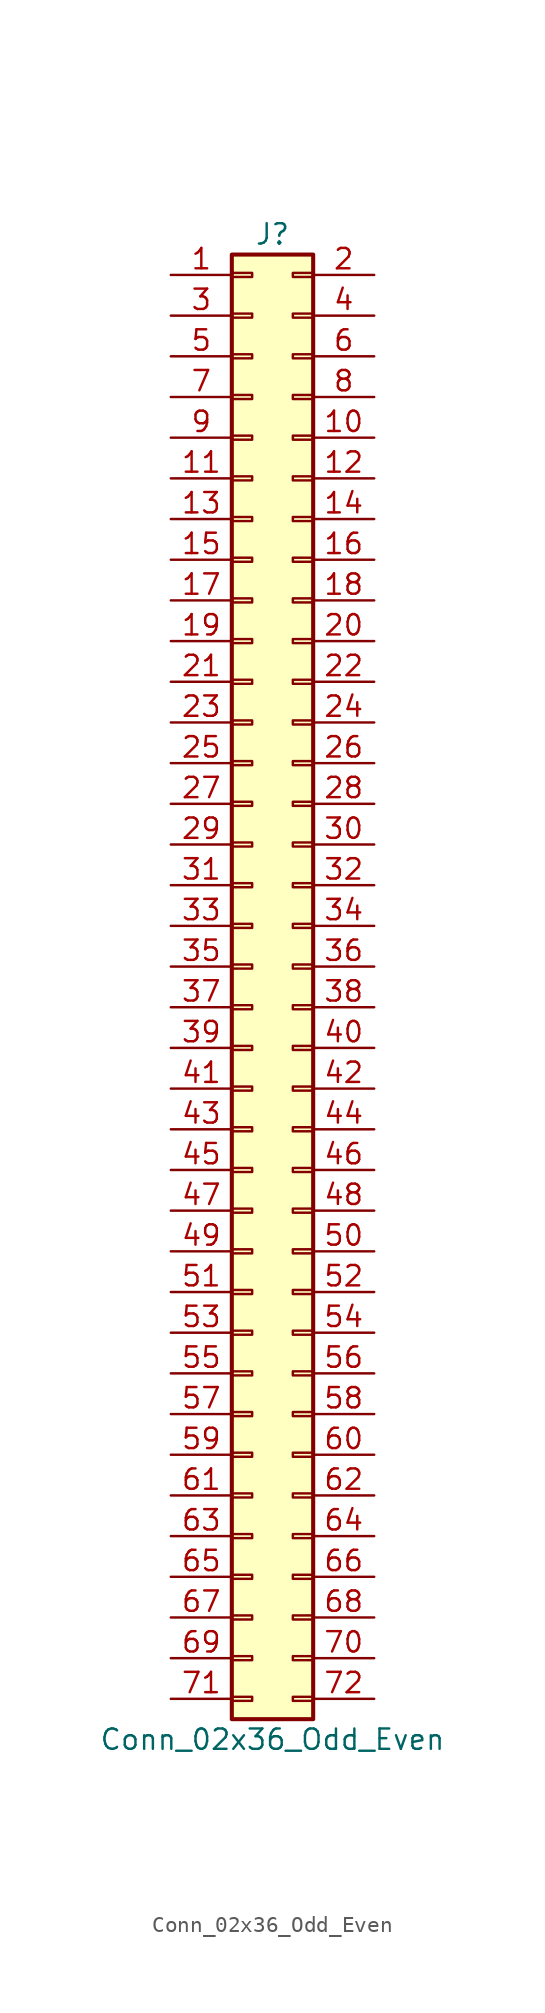
<source format=kicad_sym>
(kicad_symbol_lib
  (version 20201005)
  (generator kicad_symbol_editor)
  (symbol "Conn_02x36_Odd_Even"
    (pin_names
      (offset 1.016) hide)
    (property "Reference" "J"
      (at 1.27 45.72 0)
      (effects (font (size 1.27 1.27))))
    (property "Value" "Conn_02x36_Odd_Even"
      (at 1.27 -48.26 0)
      (effects (font (size 1.27 1.27))))
    (symbol "Conn_02x36_Odd_Even_1_1"
      (rectangle (start -1.27 -45.593) (end 0 -45.847) (stroke (width 0.152)) (fill (type none)))
      (rectangle (start -1.27 -43.053) (end 0 -43.307) (stroke (width 0.152)) (fill (type none)))
      (rectangle (start -1.27 -40.513) (end 0 -40.767) (stroke (width 0.152)) (fill (type none)))
      (rectangle (start -1.27 -37.973) (end 0 -38.227) (stroke (width 0.152)) (fill (type none)))
      (rectangle (start -1.27 -35.433) (end 0 -35.687) (stroke (width 0.152)) (fill (type none)))
      (rectangle (start -1.27 -32.893) (end 0 -33.147) (stroke (width 0.152)) (fill (type none)))
      (rectangle (start -1.27 -30.353) (end 0 -30.607) (stroke (width 0.152)) (fill (type none)))
      (rectangle (start -1.27 -27.813) (end 0 -28.067) (stroke (width 0.152)) (fill (type none)))
      (rectangle (start -1.27 -25.273) (end 0 -25.527) (stroke (width 0.152)) (fill (type none)))
      (rectangle (start -1.27 -22.733) (end 0 -22.987) (stroke (width 0.152)) (fill (type none)))
      (rectangle (start -1.27 -20.193) (end 0 -20.447) (stroke (width 0.152)) (fill (type none)))
      (rectangle (start -1.27 -17.653) (end 0 -17.907) (stroke (width 0.152)) (fill (type none)))
      (rectangle (start -1.27 -15.113) (end 0 -15.367) (stroke (width 0.152)) (fill (type none)))
      (rectangle (start -1.27 -12.573) (end 0 -12.827) (stroke (width 0.152)) (fill (type none)))
      (rectangle (start -1.27 -10.033) (end 0 -10.287) (stroke (width 0.152)) (fill (type none)))
      (rectangle (start -1.27 -7.493) (end 0 -7.747) (stroke (width 0.152)) (fill (type none)))
      (rectangle (start -1.27 -4.953) (end 0 -5.207) (stroke (width 0.152)) (fill (type none)))
      (rectangle (start -1.27 -2.413) (end 0 -2.667) (stroke (width 0.152)) (fill (type none)))
      (rectangle (start -1.27 0.127) (end 0 -0.127) (stroke (width 0.152)) (fill (type none)))
      (rectangle (start -1.27 2.667) (end 0 2.413) (stroke (width 0.152)) (fill (type none)))
      (rectangle (start -1.27 5.207) (end 0 4.953) (stroke (width 0.152)) (fill (type none)))
      (rectangle (start -1.27 7.747) (end 0 7.493) (stroke (width 0.152)) (fill (type none)))
      (rectangle (start -1.27 10.287) (end 0 10.033) (stroke (width 0.152)) (fill (type none)))
      (rectangle (start -1.27 12.827) (end 0 12.573) (stroke (width 0.152)) (fill (type none)))
      (rectangle (start -1.27 15.367) (end 0 15.113) (stroke (width 0.152)) (fill (type none)))
      (rectangle (start -1.27 17.907) (end 0 17.653) (stroke (width 0.152)) (fill (type none)))
      (rectangle (start -1.27 20.447) (end 0 20.193) (stroke (width 0.152)) (fill (type none)))
      (rectangle (start -1.27 22.987) (end 0 22.733) (stroke (width 0.152)) (fill (type none)))
      (rectangle (start -1.27 25.527) (end 0 25.273) (stroke (width 0.152)) (fill (type none)))
      (rectangle (start -1.27 28.067) (end 0 27.813) (stroke (width 0.152)) (fill (type none)))
      (rectangle (start -1.27 30.607) (end 0 30.353) (stroke (width 0.152)) (fill (type none)))
      (rectangle (start -1.27 33.147) (end 0 32.893) (stroke (width 0.152)) (fill (type none)))
      (rectangle (start -1.27 35.687) (end 0 35.433) (stroke (width 0.152)) (fill (type none)))
      (rectangle (start -1.27 38.227) (end 0 37.973) (stroke (width 0.152)) (fill (type none)))
      (rectangle (start -1.27 40.767) (end 0 40.513) (stroke (width 0.152)) (fill (type none)))
      (rectangle (start -1.27 43.307) (end 0 43.053) (stroke (width 0.152)) (fill (type none)))
      (rectangle (start -1.27 44.45) (end 3.81 -46.99) (stroke (width 0.254)) (fill (type background)))
      (rectangle (start 3.81 -45.593) (end 2.54 -45.847) (stroke (width 0.152)) (fill (type none)))
      (rectangle (start 3.81 -43.053) (end 2.54 -43.307) (stroke (width 0.152)) (fill (type none)))
      (rectangle (start 3.81 -40.513) (end 2.54 -40.767) (stroke (width 0.152)) (fill (type none)))
      (rectangle (start 3.81 -37.973) (end 2.54 -38.227) (stroke (width 0.152)) (fill (type none)))
      (rectangle (start 3.81 -35.433) (end 2.54 -35.687) (stroke (width 0.152)) (fill (type none)))
      (rectangle (start 3.81 -32.893) (end 2.54 -33.147) (stroke (width 0.152)) (fill (type none)))
      (rectangle (start 3.81 -30.353) (end 2.54 -30.607) (stroke (width 0.152)) (fill (type none)))
      (rectangle (start 3.81 -27.813) (end 2.54 -28.067) (stroke (width 0.152)) (fill (type none)))
      (rectangle (start 3.81 -25.273) (end 2.54 -25.527) (stroke (width 0.152)) (fill (type none)))
      (rectangle (start 3.81 -22.733) (end 2.54 -22.987) (stroke (width 0.152)) (fill (type none)))
      (rectangle (start 3.81 -20.193) (end 2.54 -20.447) (stroke (width 0.152)) (fill (type none)))
      (rectangle (start 3.81 -17.653) (end 2.54 -17.907) (stroke (width 0.152)) (fill (type none)))
      (rectangle (start 3.81 -15.113) (end 2.54 -15.367) (stroke (width 0.152)) (fill (type none)))
      (rectangle (start 3.81 -12.573) (end 2.54 -12.827) (stroke (width 0.152)) (fill (type none)))
      (rectangle (start 3.81 -10.033) (end 2.54 -10.287) (stroke (width 0.152)) (fill (type none)))
      (rectangle (start 3.81 -7.493) (end 2.54 -7.747) (stroke (width 0.152)) (fill (type none)))
      (rectangle (start 3.81 -4.953) (end 2.54 -5.207) (stroke (width 0.152)) (fill (type none)))
      (rectangle (start 3.81 -2.413) (end 2.54 -2.667) (stroke (width 0.152)) (fill (type none)))
      (rectangle (start 3.81 0.127) (end 2.54 -0.127) (stroke (width 0.152)) (fill (type none)))
      (rectangle (start 3.81 2.667) (end 2.54 2.413) (stroke (width 0.152)) (fill (type none)))
      (rectangle (start 3.81 5.207) (end 2.54 4.953) (stroke (width 0.152)) (fill (type none)))
      (rectangle (start 3.81 7.747) (end 2.54 7.493) (stroke (width 0.152)) (fill (type none)))
      (rectangle (start 3.81 10.287) (end 2.54 10.033) (stroke (width 0.152)) (fill (type none)))
      (rectangle (start 3.81 12.827) (end 2.54 12.573) (stroke (width 0.152)) (fill (type none)))
      (rectangle (start 3.81 15.367) (end 2.54 15.113) (stroke (width 0.152)) (fill (type none)))
      (rectangle (start 3.81 17.907) (end 2.54 17.653) (stroke (width 0.152)) (fill (type none)))
      (rectangle (start 3.81 20.447) (end 2.54 20.193) (stroke (width 0.152)) (fill (type none)))
      (rectangle (start 3.81 22.987) (end 2.54 22.733) (stroke (width 0.152)) (fill (type none)))
      (rectangle (start 3.81 25.527) (end 2.54 25.273) (stroke (width 0.152)) (fill (type none)))
      (rectangle (start 3.81 28.067) (end 2.54 27.813) (stroke (width 0.152)) (fill (type none)))
      (rectangle (start 3.81 30.607) (end 2.54 30.353) (stroke (width 0.152)) (fill (type none)))
      (rectangle (start 3.81 33.147) (end 2.54 32.893) (stroke (width 0.152)) (fill (type none)))
      (rectangle (start 3.81 35.687) (end 2.54 35.433) (stroke (width 0.152)) (fill (type none)))
      (rectangle (start 3.81 38.227) (end 2.54 37.973) (stroke (width 0.152)) (fill (type none)))
      (rectangle (start 3.81 40.767) (end 2.54 40.513) (stroke (width 0.152)) (fill (type none)))
      (rectangle (start 3.81 43.307) (end 2.54 43.053) (stroke (width 0.152)) (fill (type none)))
      (pin passive line (at -5.08 43.18 0) (length 3.81) (name "Pin_1" (effects (font (size 1.27 1.27)))) (number "1" (effects (font (size 1.27 1.27)))))
      (pin passive line (at 7.62 33.02 180) (length 3.81) (name "Pin_10" (effects (font (size 1.27 1.27)))) (number "10" (effects (font (size 1.27 1.27)))))
      (pin passive line (at -5.08 30.48 0) (length 3.81) (name "Pin_11" (effects (font (size 1.27 1.27)))) (number "11" (effects (font (size 1.27 1.27)))))
      (pin passive line (at 7.62 30.48 180) (length 3.81) (name "Pin_12" (effects (font (size 1.27 1.27)))) (number "12" (effects (font (size 1.27 1.27)))))
      (pin passive line (at -5.08 27.94 0) (length 3.81) (name "Pin_13" (effects (font (size 1.27 1.27)))) (number "13" (effects (font (size 1.27 1.27)))))
      (pin passive line (at 7.62 27.94 180) (length 3.81) (name "Pin_14" (effects (font (size 1.27 1.27)))) (number "14" (effects (font (size 1.27 1.27)))))
      (pin passive line (at -5.08 25.4 0) (length 3.81) (name "Pin_15" (effects (font (size 1.27 1.27)))) (number "15" (effects (font (size 1.27 1.27)))))
      (pin passive line (at 7.62 25.4 180) (length 3.81) (name "Pin_16" (effects (font (size 1.27 1.27)))) (number "16" (effects (font (size 1.27 1.27)))))
      (pin passive line (at -5.08 22.86 0) (length 3.81) (name "Pin_17" (effects (font (size 1.27 1.27)))) (number "17" (effects (font (size 1.27 1.27)))))
      (pin passive line (at 7.62 22.86 180) (length 3.81) (name "Pin_18" (effects (font (size 1.27 1.27)))) (number "18" (effects (font (size 1.27 1.27)))))
      (pin passive line (at -5.08 20.32 0) (length 3.81) (name "Pin_19" (effects (font (size 1.27 1.27)))) (number "19" (effects (font (size 1.27 1.27)))))
      (pin passive line (at 7.62 43.18 180) (length 3.81) (name "Pin_2" (effects (font (size 1.27 1.27)))) (number "2" (effects (font (size 1.27 1.27)))))
      (pin passive line (at 7.62 20.32 180) (length 3.81) (name "Pin_20" (effects (font (size 1.27 1.27)))) (number "20" (effects (font (size 1.27 1.27)))))
      (pin passive line (at -5.08 17.78 0) (length 3.81) (name "Pin_21" (effects (font (size 1.27 1.27)))) (number "21" (effects (font (size 1.27 1.27)))))
      (pin passive line (at 7.62 17.78 180) (length 3.81) (name "Pin_22" (effects (font (size 1.27 1.27)))) (number "22" (effects (font (size 1.27 1.27)))))
      (pin passive line (at -5.08 15.24 0) (length 3.81) (name "Pin_23" (effects (font (size 1.27 1.27)))) (number "23" (effects (font (size 1.27 1.27)))))
      (pin passive line (at 7.62 15.24 180) (length 3.81) (name "Pin_24" (effects (font (size 1.27 1.27)))) (number "24" (effects (font (size 1.27 1.27)))))
      (pin passive line (at -5.08 12.7 0) (length 3.81) (name "Pin_25" (effects (font (size 1.27 1.27)))) (number "25" (effects (font (size 1.27 1.27)))))
      (pin passive line (at 7.62 12.7 180) (length 3.81) (name "Pin_26" (effects (font (size 1.27 1.27)))) (number "26" (effects (font (size 1.27 1.27)))))
      (pin passive line (at -5.08 10.16 0) (length 3.81) (name "Pin_27" (effects (font (size 1.27 1.27)))) (number "27" (effects (font (size 1.27 1.27)))))
      (pin passive line (at 7.62 10.16 180) (length 3.81) (name "Pin_28" (effects (font (size 1.27 1.27)))) (number "28" (effects (font (size 1.27 1.27)))))
      (pin passive line (at -5.08 7.62 0) (length 3.81) (name "Pin_29" (effects (font (size 1.27 1.27)))) (number "29" (effects (font (size 1.27 1.27)))))
      (pin passive line (at -5.08 40.64 0) (length 3.81) (name "Pin_3" (effects (font (size 1.27 1.27)))) (number "3" (effects (font (size 1.27 1.27)))))
      (pin passive line (at 7.62 7.62 180) (length 3.81) (name "Pin_30" (effects (font (size 1.27 1.27)))) (number "30" (effects (font (size 1.27 1.27)))))
      (pin passive line (at -5.08 5.08 0) (length 3.81) (name "Pin_31" (effects (font (size 1.27 1.27)))) (number "31" (effects (font (size 1.27 1.27)))))
      (pin passive line (at 7.62 5.08 180) (length 3.81) (name "Pin_32" (effects (font (size 1.27 1.27)))) (number "32" (effects (font (size 1.27 1.27)))))
      (pin passive line (at -5.08 2.54 0) (length 3.81) (name "Pin_33" (effects (font (size 1.27 1.27)))) (number "33" (effects (font (size 1.27 1.27)))))
      (pin passive line (at 7.62 2.54 180) (length 3.81) (name "Pin_34" (effects (font (size 1.27 1.27)))) (number "34" (effects (font (size 1.27 1.27)))))
      (pin passive line (at -5.08 0 0) (length 3.81) (name "Pin_35" (effects (font (size 1.27 1.27)))) (number "35" (effects (font (size 1.27 1.27)))))
      (pin passive line (at 7.62 0 180) (length 3.81) (name "Pin_36" (effects (font (size 1.27 1.27)))) (number "36" (effects (font (size 1.27 1.27)))))
      (pin passive line (at -5.08 -2.54 0) (length 3.81) (name "Pin_37" (effects (font (size 1.27 1.27)))) (number "37" (effects (font (size 1.27 1.27)))))
      (pin passive line (at 7.62 -2.54 180) (length 3.81) (name "Pin_38" (effects (font (size 1.27 1.27)))) (number "38" (effects (font (size 1.27 1.27)))))
      (pin passive line (at -5.08 -5.08 0) (length 3.81) (name "Pin_39" (effects (font (size 1.27 1.27)))) (number "39" (effects (font (size 1.27 1.27)))))
      (pin passive line (at 7.62 40.64 180) (length 3.81) (name "Pin_4" (effects (font (size 1.27 1.27)))) (number "4" (effects (font (size 1.27 1.27)))))
      (pin passive line (at 7.62 -5.08 180) (length 3.81) (name "Pin_40" (effects (font (size 1.27 1.27)))) (number "40" (effects (font (size 1.27 1.27)))))
      (pin passive line (at -5.08 -7.62 0) (length 3.81) (name "Pin_41" (effects (font (size 1.27 1.27)))) (number "41" (effects (font (size 1.27 1.27)))))
      (pin passive line (at 7.62 -7.62 180) (length 3.81) (name "Pin_42" (effects (font (size 1.27 1.27)))) (number "42" (effects (font (size 1.27 1.27)))))
      (pin passive line (at -5.08 -10.16 0) (length 3.81) (name "Pin_43" (effects (font (size 1.27 1.27)))) (number "43" (effects (font (size 1.27 1.27)))))
      (pin passive line (at 7.62 -10.16 180) (length 3.81) (name "Pin_44" (effects (font (size 1.27 1.27)))) (number "44" (effects (font (size 1.27 1.27)))))
      (pin passive line (at -5.08 -12.7 0) (length 3.81) (name "Pin_45" (effects (font (size 1.27 1.27)))) (number "45" (effects (font (size 1.27 1.27)))))
      (pin passive line (at 7.62 -12.7 180) (length 3.81) (name "Pin_46" (effects (font (size 1.27 1.27)))) (number "46" (effects (font (size 1.27 1.27)))))
      (pin passive line (at -5.08 -15.24 0) (length 3.81) (name "Pin_47" (effects (font (size 1.27 1.27)))) (number "47" (effects (font (size 1.27 1.27)))))
      (pin passive line (at 7.62 -15.24 180) (length 3.81) (name "Pin_48" (effects (font (size 1.27 1.27)))) (number "48" (effects (font (size 1.27 1.27)))))
      (pin passive line (at -5.08 -17.78 0) (length 3.81) (name "Pin_49" (effects (font (size 1.27 1.27)))) (number "49" (effects (font (size 1.27 1.27)))))
      (pin passive line (at -5.08 38.1 0) (length 3.81) (name "Pin_5" (effects (font (size 1.27 1.27)))) (number "5" (effects (font (size 1.27 1.27)))))
      (pin passive line (at 7.62 -17.78 180) (length 3.81) (name "Pin_50" (effects (font (size 1.27 1.27)))) (number "50" (effects (font (size 1.27 1.27)))))
      (pin passive line (at -5.08 -20.32 0) (length 3.81) (name "Pin_51" (effects (font (size 1.27 1.27)))) (number "51" (effects (font (size 1.27 1.27)))))
      (pin passive line (at 7.62 -20.32 180) (length 3.81) (name "Pin_52" (effects (font (size 1.27 1.27)))) (number "52" (effects (font (size 1.27 1.27)))))
      (pin passive line (at -5.08 -22.86 0) (length 3.81) (name "Pin_53" (effects (font (size 1.27 1.27)))) (number "53" (effects (font (size 1.27 1.27)))))
      (pin passive line (at 7.62 -22.86 180) (length 3.81) (name "Pin_54" (effects (font (size 1.27 1.27)))) (number "54" (effects (font (size 1.27 1.27)))))
      (pin passive line (at -5.08 -25.4 0) (length 3.81) (name "Pin_55" (effects (font (size 1.27 1.27)))) (number "55" (effects (font (size 1.27 1.27)))))
      (pin passive line (at 7.62 -25.4 180) (length 3.81) (name "Pin_56" (effects (font (size 1.27 1.27)))) (number "56" (effects (font (size 1.27 1.27)))))
      (pin passive line (at -5.08 -27.94 0) (length 3.81) (name "Pin_57" (effects (font (size 1.27 1.27)))) (number "57" (effects (font (size 1.27 1.27)))))
      (pin passive line (at 7.62 -27.94 180) (length 3.81) (name "Pin_58" (effects (font (size 1.27 1.27)))) (number "58" (effects (font (size 1.27 1.27)))))
      (pin passive line (at -5.08 -30.48 0) (length 3.81) (name "Pin_59" (effects (font (size 1.27 1.27)))) (number "59" (effects (font (size 1.27 1.27)))))
      (pin passive line (at 7.62 38.1 180) (length 3.81) (name "Pin_6" (effects (font (size 1.27 1.27)))) (number "6" (effects (font (size 1.27 1.27)))))
      (pin passive line (at 7.62 -30.48 180) (length 3.81) (name "Pin_60" (effects (font (size 1.27 1.27)))) (number "60" (effects (font (size 1.27 1.27)))))
      (pin passive line (at -5.08 -33.02 0) (length 3.81) (name "Pin_61" (effects (font (size 1.27 1.27)))) (number "61" (effects (font (size 1.27 1.27)))))
      (pin passive line (at 7.62 -33.02 180) (length 3.81) (name "Pin_62" (effects (font (size 1.27 1.27)))) (number "62" (effects (font (size 1.27 1.27)))))
      (pin passive line (at -5.08 -35.56 0) (length 3.81) (name "Pin_63" (effects (font (size 1.27 1.27)))) (number "63" (effects (font (size 1.27 1.27)))))
      (pin passive line (at 7.62 -35.56 180) (length 3.81) (name "Pin_64" (effects (font (size 1.27 1.27)))) (number "64" (effects (font (size 1.27 1.27)))))
      (pin passive line (at -5.08 -38.1 0) (length 3.81) (name "Pin_65" (effects (font (size 1.27 1.27)))) (number "65" (effects (font (size 1.27 1.27)))))
      (pin passive line (at 7.62 -38.1 180) (length 3.81) (name "Pin_66" (effects (font (size 1.27 1.27)))) (number "66" (effects (font (size 1.27 1.27)))))
      (pin passive line (at -5.08 -40.64 0) (length 3.81) (name "Pin_67" (effects (font (size 1.27 1.27)))) (number "67" (effects (font (size 1.27 1.27)))))
      (pin passive line (at 7.62 -40.64 180) (length 3.81) (name "Pin_68" (effects (font (size 1.27 1.27)))) (number "68" (effects (font (size 1.27 1.27)))))
      (pin passive line (at -5.08 -43.18 0) (length 3.81) (name "Pin_69" (effects (font (size 1.27 1.27)))) (number "69" (effects (font (size 1.27 1.27)))))
      (pin passive line (at -5.08 35.56 0) (length 3.81) (name "Pin_7" (effects (font (size 1.27 1.27)))) (number "7" (effects (font (size 1.27 1.27)))))
      (pin passive line (at 7.62 -43.18 180) (length 3.81) (name "Pin_70" (effects (font (size 1.27 1.27)))) (number "70" (effects (font (size 1.27 1.27)))))
      (pin passive line (at -5.08 -45.72 0) (length 3.81) (name "Pin_71" (effects (font (size 1.27 1.27)))) (number "71" (effects (font (size 1.27 1.27)))))
      (pin passive line (at 7.62 -45.72 180) (length 3.81) (name "Pin_72" (effects (font (size 1.27 1.27)))) (number "72" (effects (font (size 1.27 1.27)))))
      (pin passive line (at 7.62 35.56 180) (length 3.81) (name "Pin_8" (effects (font (size 1.27 1.27)))) (number "8" (effects (font (size 1.27 1.27)))))
      (pin passive line (at -5.08 33.02 0) (length 3.81) (name "Pin_9" (effects (font (size 1.27 1.27)))) (number "9" (effects (font (size 1.27 1.27))))))))
</source>
